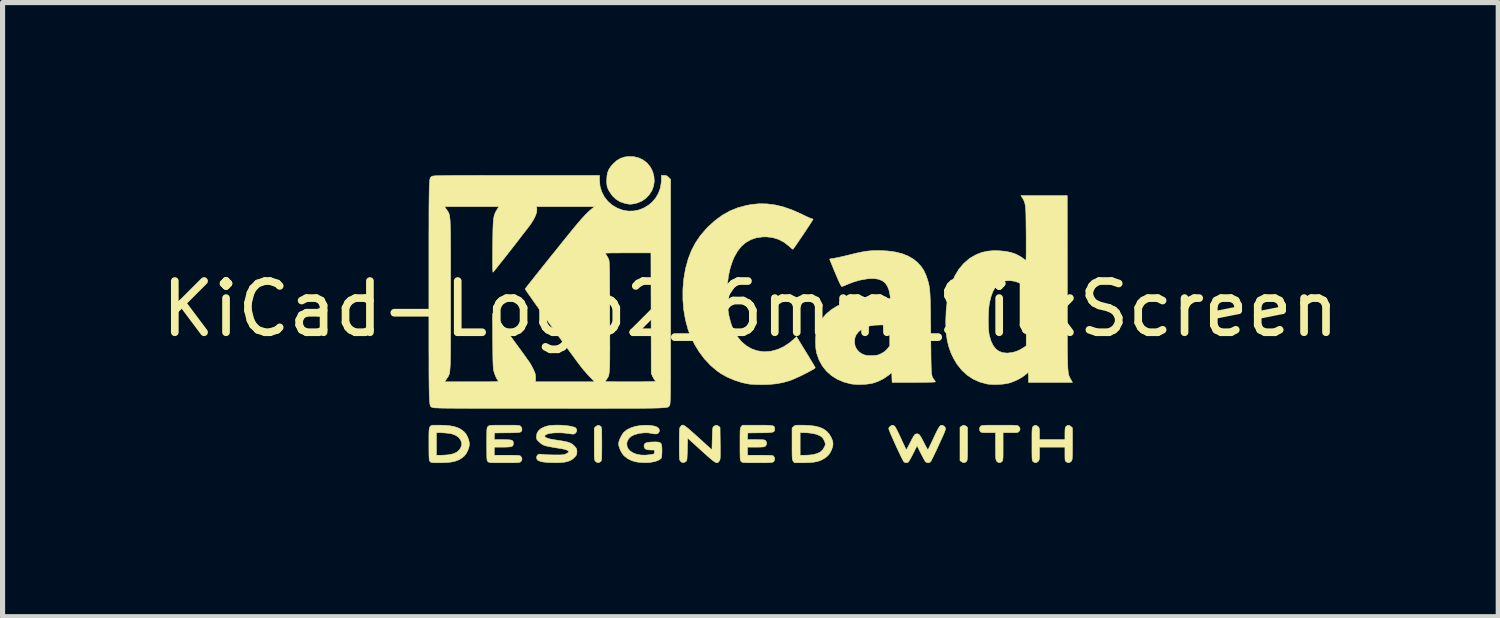
<source format=kicad_pcb>
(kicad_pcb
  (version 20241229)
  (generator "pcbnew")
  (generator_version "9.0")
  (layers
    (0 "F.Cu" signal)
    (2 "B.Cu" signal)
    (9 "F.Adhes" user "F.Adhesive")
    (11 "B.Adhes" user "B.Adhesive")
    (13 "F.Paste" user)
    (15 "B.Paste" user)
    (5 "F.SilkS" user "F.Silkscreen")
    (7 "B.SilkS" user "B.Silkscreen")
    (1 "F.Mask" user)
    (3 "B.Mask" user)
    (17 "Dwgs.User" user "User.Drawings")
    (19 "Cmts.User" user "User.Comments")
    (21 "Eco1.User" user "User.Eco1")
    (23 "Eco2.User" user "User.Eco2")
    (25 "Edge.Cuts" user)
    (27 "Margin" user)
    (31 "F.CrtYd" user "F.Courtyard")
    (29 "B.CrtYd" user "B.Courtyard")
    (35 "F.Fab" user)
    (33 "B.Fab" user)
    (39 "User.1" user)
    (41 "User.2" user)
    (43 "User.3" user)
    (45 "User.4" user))
  (footprint "KiCad-Logo2_6mm_SilkScreen"
    (layer "F.Cu")
    (at 11.601 2.982)
    (property "Reference" "KiCad-Logo2_6mm_SilkScreen" (at 0 0 0) (layer "F.SilkS") (effects (font (size 1 1) (thickness 0.15))))
    (attr exclude_from_pos_files exclude_from_bom)
    (fp_poly (pts (xy 4.189 2.276) (xy 4.212 2.291) (xy 4.239 2.312) (xy 4.239 2.634) (xy 4.239 2.728) (xy 4.239 2.802) (xy 4.238 2.859) (xy 4.236 2.901) (xy 4.234 2.931) (xy 4.231 2.951) (xy 4.227 2.965) (xy 4.221 2.974) (xy 4.217 2.979) (xy 4.186 3) (xy 4.15 2.999) (xy 4.119 2.981) (xy 4.092 2.96) (xy 4.092 2.312) (xy 4.119 2.291) (xy 4.145 2.275) (xy 4.166 2.269) (xy 4.189 2.276)) (stroke (width 0.01) (type solid)) (fill yes) (layer "F.SilkS"))
    (fp_poly (pts (xy -2.924 2.292) (xy -2.917 2.299) (xy -2.912 2.309) (xy -2.908 2.324) (xy -2.905 2.346) (xy -2.903 2.378) (xy -2.902 2.422) (xy -2.902 2.482) (xy -2.901 2.56) (xy -2.901 2.636) (xy -2.901 2.73) (xy -2.902 2.804) (xy -2.902 2.86) (xy -2.904 2.902) (xy -2.906 2.932) (xy -2.909 2.952) (xy -2.913 2.965) (xy -2.919 2.974) (xy -2.924 2.98) (xy -2.957 3) (xy -2.992 2.998) (xy -3.023 2.977) (xy -3.031 2.968) (xy -3.036 2.959) (xy -3.041 2.945) (xy -3.044 2.924) (xy -3.046 2.895) (xy -3.047 2.853) (xy -3.048 2.796) (xy -3.048 2.722) (xy -3.048 2.638) (xy -3.048 2.324) (xy -3.02 2.297) (xy -2.986 2.273) (xy -2.953 2.273) (xy -2.924 2.292)) (stroke (width 0.01) (type solid)) (fill yes) (layer "F.SilkS"))
    (fp_poly (pts (xy -2.273 -2.973) (xy -2.177 -2.949) (xy -2.09 -2.906) (xy -2.015 -2.847) (xy -1.954 -2.772) (xy -1.909 -2.683) (xy -1.883 -2.586) (xy -1.877 -2.489) (xy -1.892 -2.395) (xy -1.926 -2.307) (xy -1.977 -2.228) (xy -2.042 -2.16) (xy -2.121 -2.106) (xy -2.212 -2.068) (xy -2.263 -2.056) (xy -2.308 -2.048) (xy -2.342 -2.045) (xy -2.375 -2.047) (xy -2.415 -2.054) (xy -2.449 -2.061) (xy -2.542 -2.092) (xy -2.626 -2.143) (xy -2.698 -2.213) (xy -2.756 -2.298) (xy -2.77 -2.326) (xy -2.787 -2.362) (xy -2.797 -2.392) (xy -2.802 -2.425) (xy -2.805 -2.466) (xy -2.805 -2.512) (xy -2.801 -2.596) (xy -2.787 -2.665) (xy -2.762 -2.726) (xy -2.723 -2.784) (xy -2.684 -2.829) (xy -2.612 -2.895) (xy -2.537 -2.94) (xy -2.455 -2.967) (xy -2.377 -2.977) (xy -2.273 -2.973)) (stroke (width 0.01) (type solid)) (fill yes) (layer "F.SilkS"))
    (fp_poly (pts (xy 4.963 2.269) (xy 5.042 2.27) (xy 5.103 2.27) (xy 5.149 2.272) (xy 5.182 2.274) (xy 5.205 2.277) (xy 5.221 2.28) (xy 5.231 2.285) (xy 5.236 2.289) (xy 5.261 2.321) (xy 5.265 2.355) (xy 5.249 2.386) (xy 5.238 2.398) (xy 5.227 2.406) (xy 5.211 2.412) (xy 5.186 2.414) (xy 5.147 2.416) (xy 5.09 2.416) (xy 5.079 2.416) (xy 4.933 2.416) (xy 4.933 2.687) (xy 4.933 2.772) (xy 4.933 2.838) (xy 4.932 2.887) (xy 4.93 2.922) (xy 4.927 2.946) (xy 4.923 2.962) (xy 4.918 2.972) (xy 4.911 2.98) (xy 4.878 3) (xy 4.843 2.999) (xy 4.812 2.976) (xy 4.81 2.973) (xy 4.802 2.962) (xy 4.797 2.95) (xy 4.793 2.933) (xy 4.79 2.908) (xy 4.788 2.872) (xy 4.787 2.822) (xy 4.787 2.755) (xy 4.786 2.68) (xy 4.786 2.416) (xy 4.647 2.416) (xy 4.587 2.415) (xy 4.546 2.414) (xy 4.519 2.411) (xy 4.502 2.405) (xy 4.49 2.397) (xy 4.489 2.395) (xy 4.473 2.362) (xy 4.474 2.324) (xy 4.493 2.292) (xy 4.5 2.285) (xy 4.51 2.28) (xy 4.524 2.276) (xy 4.545 2.274) (xy 4.575 2.272) (xy 4.618 2.27) (xy 4.676 2.269) (xy 4.75 2.269) (xy 4.844 2.269) (xy 4.864 2.269) (xy 4.963 2.269)) (stroke (width 0.01) (type solid)) (fill yes) (layer "F.SilkS"))
    (fp_poly (pts (xy 6.229 2.275) (xy 6.26 2.297) (xy 6.288 2.324) (xy 6.288 2.634) (xy 6.288 2.726) (xy 6.287 2.798) (xy 6.287 2.853) (xy 6.285 2.893) (xy 6.283 2.922) (xy 6.28 2.942) (xy 6.275 2.956) (xy 6.269 2.967) (xy 6.265 2.973) (xy 6.234 2.998) (xy 6.198 3) (xy 6.166 2.985) (xy 6.156 2.976) (xy 6.148 2.965) (xy 6.144 2.946) (xy 6.142 2.915) (xy 6.141 2.869) (xy 6.141 2.833) (xy 6.141 2.698) (xy 5.644 2.698) (xy 5.644 2.821) (xy 5.644 2.877) (xy 5.642 2.915) (xy 5.638 2.941) (xy 5.63 2.96) (xy 5.621 2.973) (xy 5.59 2.998) (xy 5.555 3.001) (xy 5.522 2.983) (xy 5.513 2.974) (xy 5.506 2.962) (xy 5.502 2.943) (xy 5.499 2.914) (xy 5.498 2.87) (xy 5.497 2.808) (xy 5.497 2.794) (xy 5.497 2.678) (xy 5.497 2.582) (xy 5.497 2.504) (xy 5.497 2.443) (xy 5.498 2.396) (xy 5.5 2.361) (xy 5.502 2.335) (xy 5.505 2.318) (xy 5.51 2.306) (xy 5.515 2.298) (xy 5.52 2.292) (xy 5.552 2.272) (xy 5.585 2.275) (xy 5.617 2.297) (xy 5.629 2.311) (xy 5.638 2.327) (xy 5.642 2.35) (xy 5.644 2.384) (xy 5.644 2.436) (xy 5.644 2.551) (xy 6.141 2.551) (xy 6.141 2.433) (xy 6.142 2.378) (xy 6.144 2.341) (xy 6.148 2.317) (xy 6.155 2.301) (xy 6.164 2.292) (xy 6.196 2.272) (xy 6.229 2.275)) (stroke (width 0.01) (type solid)) (fill yes) (layer "F.SilkS"))
    (fp_poly (pts (xy 1.018 2.269) (xy 1.147 2.274) (xy 1.257 2.287) (xy 1.349 2.31) (xy 1.426 2.343) (xy 1.489 2.388) (xy 1.539 2.444) (xy 1.58 2.514) (xy 1.58 2.515) (xy 1.605 2.577) (xy 1.613 2.633) (xy 1.606 2.688) (xy 1.584 2.751) (xy 1.579 2.761) (xy 1.55 2.817) (xy 1.517 2.86) (xy 1.475 2.897) (xy 1.417 2.934) (xy 1.414 2.936) (xy 1.364 2.96) (xy 1.307 2.978) (xy 1.24 2.991) (xy 1.159 2.999) (xy 1.06 3.002) (xy 1.025 3.002) (xy 0.86 3.003) (xy 0.836 2.973) (xy 0.829 2.963) (xy 0.824 2.952) (xy 0.82 2.936) (xy 0.817 2.913) (xy 0.815 2.88) (xy 0.814 2.856) (xy 0.971 2.856) (xy 1.065 2.856) (xy 1.12 2.854) (xy 1.176 2.85) (xy 1.222 2.844) (xy 1.225 2.844) (xy 1.307 2.822) (xy 1.371 2.789) (xy 1.418 2.743) (xy 1.451 2.683) (xy 1.457 2.667) (xy 1.463 2.642) (xy 1.46 2.618) (xy 1.448 2.585) (xy 1.441 2.569) (xy 1.418 2.527) (xy 1.39 2.497) (xy 1.359 2.477) (xy 1.297 2.45) (xy 1.218 2.43) (xy 1.125 2.419) (xy 1.058 2.416) (xy 0.971 2.416) (xy 0.971 2.856) (xy 0.814 2.856) (xy 0.814 2.835) (xy 0.813 2.774) (xy 0.813 2.696) (xy 0.813 2.634) (xy 0.813 2.324) (xy 0.841 2.297) (xy 0.853 2.286) (xy 0.866 2.278) (xy 0.885 2.273) (xy 0.913 2.27) (xy 0.955 2.269) (xy 1.015 2.269) (xy 1.018 2.269)) (stroke (width 0.01) (type solid)) (fill yes) (layer "F.SilkS"))
    (fp_poly (pts (xy -6.121 2.269) (xy -6.082 2.269) (xy -5.966 2.272) (xy -5.869 2.281) (xy -5.788 2.295) (xy -5.719 2.317) (xy -5.658 2.347) (xy -5.604 2.387) (xy -5.584 2.404) (xy -5.552 2.443) (xy -5.523 2.497) (xy -5.5 2.557) (xy -5.488 2.615) (xy -5.486 2.636) (xy -5.494 2.695) (xy -5.516 2.759) (xy -5.547 2.82) (xy -5.584 2.868) (xy -5.59 2.874) (xy -5.641 2.915) (xy -5.696 2.947) (xy -5.76 2.971) (xy -5.834 2.988) (xy -5.924 2.998) (xy -6.031 3.002) (xy -6.08 3.003) (xy -6.142 3.003) (xy -6.186 3.001) (xy -6.215 2.999) (xy -6.234 2.994) (xy -6.247 2.987) (xy -6.254 2.98) (xy -6.261 2.973) (xy -6.266 2.963) (xy -6.27 2.948) (xy -6.273 2.926) (xy -6.274 2.894) (xy -6.276 2.85) (xy -6.276 2.79) (xy -6.277 2.712) (xy -6.277 2.636) (xy -6.277 2.535) (xy -6.277 2.454) (xy -6.276 2.416) (xy -6.13 2.416) (xy -6.13 2.856) (xy -6.037 2.856) (xy -5.981 2.854) (xy -5.922 2.85) (xy -5.873 2.844) (xy -5.872 2.844) (xy -5.792 2.825) (xy -5.731 2.795) (xy -5.684 2.753) (xy -5.655 2.707) (xy -5.636 2.656) (xy -5.638 2.608) (xy -5.659 2.557) (xy -5.7 2.504) (xy -5.758 2.465) (xy -5.833 2.438) (xy -5.883 2.429) (xy -5.939 2.423) (xy -6 2.418) (xy -6.051 2.416) (xy -6.054 2.416) (xy -6.13 2.416) (xy -6.276 2.416) (xy -6.275 2.392) (xy -6.271 2.345) (xy -6.263 2.312) (xy -6.25 2.29) (xy -6.23 2.277) (xy -6.203 2.27) (xy -6.167 2.269) (xy -6.121 2.269)) (stroke (width 0.01) (type solid)) (fill yes) (layer "F.SilkS"))
    (fp_poly (pts (xy -1.3 2.273) (xy -1.277 2.287) (xy -1.246 2.31) (xy -1.206 2.342) (xy -1.156 2.386) (xy -1.094 2.441) (xy -1.018 2.509) (xy -0.931 2.588) (xy -0.751 2.752) (xy -0.745 2.532) (xy -0.743 2.456) (xy -0.741 2.4) (xy -0.739 2.36) (xy -0.736 2.332) (xy -0.731 2.314) (xy -0.725 2.303) (xy -0.717 2.294) (xy -0.713 2.291) (xy -0.678 2.272) (xy -0.645 2.274) (xy -0.619 2.291) (xy -0.593 2.312) (xy -0.589 2.627) (xy -0.588 2.72) (xy -0.588 2.793) (xy -0.588 2.848) (xy -0.589 2.889) (xy -0.591 2.919) (xy -0.594 2.939) (xy -0.598 2.953) (xy -0.604 2.964) (xy -0.61 2.972) (xy -0.623 2.988) (xy -0.637 2.999) (xy -0.652 3.003) (xy -0.671 2.999) (xy -0.695 2.987) (xy -0.727 2.965) (xy -0.768 2.932) (xy -0.821 2.887) (xy -0.886 2.829) (xy -0.96 2.762) (xy -1.225 2.521) (xy -1.23 2.741) (xy -1.233 2.816) (xy -1.235 2.872) (xy -1.237 2.913) (xy -1.24 2.94) (xy -1.244 2.958) (xy -1.25 2.969) (xy -1.259 2.978) (xy -1.263 2.981) (xy -1.3 3) (xy -1.335 2.997) (xy -1.365 2.973) (xy -1.372 2.963) (xy -1.378 2.952) (xy -1.382 2.936) (xy -1.385 2.913) (xy -1.386 2.88) (xy -1.388 2.835) (xy -1.388 2.774) (xy -1.389 2.694) (xy -1.389 2.636) (xy -1.388 2.544) (xy -1.388 2.473) (xy -1.387 2.418) (xy -1.386 2.378) (xy -1.384 2.349) (xy -1.38 2.329) (xy -1.376 2.315) (xy -1.37 2.305) (xy -1.365 2.299) (xy -1.354 2.285) (xy -1.343 2.274) (xy -1.332 2.268) (xy -1.318 2.267) (xy -1.3 2.273)) (stroke (width 0.01) (type solid)) (fill yes) (layer "F.SilkS"))
    (fp_poly (pts (xy -1.95 2.275) (xy -1.882 2.286) (xy -1.829 2.304) (xy -1.795 2.327) (xy -1.785 2.341) (xy -1.776 2.372) (xy -1.782 2.4) (xy -1.802 2.427) (xy -1.834 2.44) (xy -1.879 2.439) (xy -1.914 2.432) (xy -1.992 2.419) (xy -2.072 2.418) (xy -2.162 2.428) (xy -2.186 2.433) (xy -2.269 2.456) (xy -2.334 2.491) (xy -2.38 2.537) (xy -2.407 2.592) (xy -2.413 2.621) (xy -2.409 2.68) (xy -2.386 2.732) (xy -2.345 2.776) (xy -2.288 2.811) (xy -2.219 2.837) (xy -2.138 2.852) (xy -2.048 2.854) (xy -1.951 2.845) (xy -1.945 2.844) (xy -1.907 2.836) (xy -1.885 2.83) (xy -1.876 2.819) (xy -1.874 2.802) (xy -1.874 2.793) (xy -1.874 2.754) (xy -1.942 2.754) (xy -2.003 2.75) (xy -2.044 2.737) (xy -2.068 2.714) (xy -2.077 2.679) (xy -2.077 2.674) (xy -2.072 2.645) (xy -2.054 2.623) (xy -2.022 2.609) (xy -1.972 2.601) (xy -1.923 2.598) (xy -1.852 2.596) (xy -1.801 2.599) (xy -1.766 2.609) (xy -1.744 2.628) (xy -1.733 2.66) (xy -1.728 2.708) (xy -1.727 2.77) (xy -1.729 2.84) (xy -1.733 2.887) (xy -1.74 2.912) (xy -1.741 2.914) (xy -1.78 2.946) (xy -1.837 2.97) (xy -1.909 2.988) (xy -1.991 2.999) (xy -2.081 3.001) (xy -2.175 2.994) (xy -2.23 2.986) (xy -2.316 2.962) (xy -2.396 2.922) (xy -2.463 2.87) (xy -2.473 2.86) (xy -2.506 2.816) (xy -2.536 2.762) (xy -2.559 2.706) (xy -2.572 2.654) (xy -2.574 2.635) (xy -2.567 2.593) (xy -2.55 2.542) (xy -2.524 2.488) (xy -2.495 2.439) (xy -2.469 2.406) (xy -2.408 2.357) (xy -2.329 2.319) (xy -2.235 2.29) (xy -2.129 2.274) (xy -2.032 2.27) (xy -1.95 2.275)) (stroke (width 0.01) (type solid)) (fill yes) (layer "F.SilkS"))
    (fp_poly (pts (xy 0.23 2.269) (xy 0.307 2.27) (xy 0.365 2.272) (xy 0.408 2.276) (xy 0.438 2.282) (xy 0.457 2.291) (xy 0.468 2.303) (xy 0.473 2.319) (xy 0.474 2.339) (xy 0.474 2.341) (xy 0.473 2.364) (xy 0.468 2.382) (xy 0.457 2.395) (xy 0.437 2.404) (xy 0.406 2.41) (xy 0.36 2.414) (xy 0.298 2.417) (xy 0.216 2.418) (xy 0.191 2.418) (xy -0.051 2.421) (xy -0.054 2.486) (xy -0.058 2.551) (xy 0.111 2.551) (xy 0.176 2.552) (xy 0.223 2.553) (xy 0.255 2.555) (xy 0.276 2.559) (xy 0.289 2.565) (xy 0.299 2.573) (xy 0.299 2.573) (xy 0.316 2.607) (xy 0.316 2.643) (xy 0.297 2.674) (xy 0.294 2.678) (xy 0.281 2.686) (xy 0.263 2.692) (xy 0.237 2.695) (xy 0.197 2.697) (xy 0.142 2.698) (xy 0.106 2.698) (xy -0.056 2.698) (xy -0.056 2.856) (xy 0.19 2.856) (xy 0.272 2.856) (xy 0.333 2.857) (xy 0.379 2.858) (xy 0.41 2.86) (xy 0.431 2.864) (xy 0.445 2.868) (xy 0.453 2.874) (xy 0.455 2.877) (xy 0.472 2.908) (xy 0.473 2.944) (xy 0.46 2.975) (xy 0.449 2.985) (xy 0.438 2.991) (xy 0.421 2.995) (xy 0.396 2.998) (xy 0.359 3) (xy 0.308 3.002) (xy 0.24 3.003) (xy 0.153 3.003) (xy 0.133 3.003) (xy 0.045 3.003) (xy -0.024 3.002) (xy -0.075 3.002) (xy -0.113 3) (xy -0.139 2.998) (xy -0.156 2.994) (xy -0.167 2.989) (xy -0.176 2.983) (xy -0.18 2.978) (xy -0.187 2.97) (xy -0.192 2.96) (xy -0.196 2.945) (xy -0.199 2.923) (xy -0.201 2.89) (xy -0.202 2.845) (xy -0.203 2.785) (xy -0.203 2.707) (xy -0.203 2.641) (xy -0.203 2.549) (xy -0.203 2.476) (xy -0.202 2.421) (xy -0.201 2.38) (xy -0.198 2.35) (xy -0.195 2.33) (xy -0.191 2.316) (xy -0.185 2.305) (xy -0.18 2.299) (xy -0.156 2.269) (xy 0.134 2.269) (xy 0.23 2.269)) (stroke (width 0.01) (type solid)) (fill yes) (layer "F.SilkS"))
    (fp_poly (pts (xy -4.713 2.269) (xy -4.643 2.27) (xy -4.591 2.27) (xy -4.553 2.272) (xy -4.526 2.274) (xy -4.508 2.278) (xy -4.496 2.283) (xy -4.487 2.289) (xy -4.484 2.292) (xy -4.464 2.323) (xy -4.46 2.359) (xy -4.473 2.391) (xy -4.48 2.397) (xy -4.489 2.403) (xy -4.505 2.408) (xy -4.529 2.412) (xy -4.566 2.414) (xy -4.617 2.416) (xy -4.685 2.418) (xy -4.748 2.418) (xy -4.995 2.421) (xy -4.999 2.486) (xy -5.002 2.551) (xy -4.834 2.551) (xy -4.761 2.552) (xy -4.708 2.555) (xy -4.671 2.56) (xy -4.647 2.57) (xy -4.634 2.586) (xy -4.629 2.607) (xy -4.628 2.628) (xy -4.631 2.653) (xy -4.64 2.671) (xy -4.659 2.684) (xy -4.691 2.692) (xy -4.738 2.696) (xy -4.804 2.698) (xy -4.84 2.698) (xy -5.001 2.698) (xy -5.001 2.856) (xy -4.753 2.856) (xy -4.671 2.856) (xy -4.609 2.857) (xy -4.564 2.858) (xy -4.532 2.86) (xy -4.511 2.863) (xy -4.496 2.868) (xy -4.487 2.874) (xy -4.482 2.879) (xy -4.465 2.906) (xy -4.459 2.929) (xy -4.467 2.959) (xy -4.482 2.98) (xy -4.49 2.987) (xy -4.5 2.992) (xy -4.515 2.996) (xy -4.538 2.999) (xy -4.571 3.001) (xy -4.618 3.002) (xy -4.68 3.003) (xy -4.761 3.003) (xy -4.803 3.003) (xy -4.894 3.003) (xy -4.964 3.002) (xy -5.017 3.002) (xy -5.056 3) (xy -5.083 2.998) (xy -5.101 2.994) (xy -5.113 2.99) (xy -5.122 2.983) (xy -5.125 2.98) (xy -5.132 2.973) (xy -5.137 2.963) (xy -5.141 2.948) (xy -5.144 2.926) (xy -5.146 2.894) (xy -5.147 2.849) (xy -5.147 2.789) (xy -5.148 2.711) (xy -5.148 2.638) (xy -5.148 2.545) (xy -5.147 2.471) (xy -5.147 2.415) (xy -5.146 2.374) (xy -5.144 2.345) (xy -5.141 2.325) (xy -5.136 2.312) (xy -5.131 2.303) (xy -5.123 2.295) (xy -5.122 2.294) (xy -5.113 2.286) (xy -5.103 2.28) (xy -5.089 2.276) (xy -5.067 2.273) (xy -5.036 2.271) (xy -4.993 2.27) (xy -4.934 2.269) (xy -4.857 2.269) (xy -4.802 2.269) (xy -4.713 2.269)) (stroke (width 0.01) (type solid)) (fill yes) (layer "F.SilkS"))
    (fp_poly (pts (xy 3.745 2.271) (xy 3.764 2.278) (xy 3.765 2.278) (xy 3.792 2.299) (xy 3.806 2.32) (xy 3.809 2.329) (xy 3.809 2.342) (xy 3.805 2.361) (xy 3.796 2.387) (xy 3.782 2.424) (xy 3.761 2.473) (xy 3.732 2.536) (xy 3.695 2.617) (xy 3.675 2.661) (xy 3.639 2.74) (xy 3.604 2.812) (xy 3.574 2.876) (xy 3.548 2.928) (xy 3.528 2.965) (xy 3.516 2.986) (xy 3.513 2.989) (xy 3.482 3.001) (xy 3.447 3) (xy 3.419 2.984) (xy 3.418 2.983) (xy 3.407 2.966) (xy 3.388 2.933) (xy 3.364 2.888) (xy 3.337 2.836) (xy 3.327 2.817) (xy 3.254 2.67) (xy 3.174 2.829) (xy 3.146 2.884) (xy 3.119 2.932) (xy 3.097 2.969) (xy 3.081 2.991) (xy 3.076 2.996) (xy 3.034 3.002) (xy 3 2.989) (xy 2.99 2.974) (xy 2.972 2.943) (xy 2.949 2.897) (xy 2.921 2.839) (xy 2.89 2.774) (xy 2.857 2.704) (xy 2.824 2.631) (xy 2.792 2.56) (xy 2.763 2.494) (xy 2.737 2.435) (xy 2.718 2.386) (xy 2.705 2.352) (xy 2.7 2.334) (xy 2.7 2.334) (xy 2.711 2.311) (xy 2.733 2.289) (xy 2.735 2.288) (xy 2.762 2.272) (xy 2.787 2.273) (xy 2.796 2.275) (xy 2.808 2.282) (xy 2.82 2.294) (xy 2.834 2.315) (xy 2.852 2.347) (xy 2.875 2.393) (xy 2.905 2.455) (xy 2.932 2.512) (xy 2.962 2.578) (xy 2.99 2.638) (xy 3.013 2.688) (xy 3.03 2.725) (xy 3.039 2.746) (xy 3.041 2.749) (xy 3.047 2.743) (xy 3.061 2.721) (xy 3.081 2.685) (xy 3.106 2.638) (xy 3.115 2.619) (xy 3.148 2.554) (xy 3.174 2.507) (xy 3.194 2.474) (xy 3.21 2.454) (xy 3.226 2.443) (xy 3.242 2.439) (xy 3.252 2.438) (xy 3.271 2.44) (xy 3.287 2.447) (xy 3.303 2.462) (xy 3.321 2.487) (xy 3.344 2.526) (xy 3.373 2.581) (xy 3.389 2.613) (xy 3.415 2.663) (xy 3.437 2.705) (xy 3.454 2.734) (xy 3.464 2.748) (xy 3.466 2.749) (xy 3.472 2.738) (xy 3.487 2.709) (xy 3.508 2.666) (xy 3.534 2.612) (xy 3.564 2.548) (xy 3.578 2.517) (xy 3.616 2.436) (xy 3.647 2.374) (xy 3.672 2.328) (xy 3.692 2.297) (xy 3.71 2.278) (xy 3.727 2.271) (xy 3.745 2.271)) (stroke (width 0.01) (type solid)) (fill yes) (layer "F.SilkS"))
    (fp_poly (pts (xy -3.692 2.27) (xy -3.617 2.276) (xy -3.547 2.284) (xy -3.487 2.295) (xy -3.44 2.308) (xy -3.41 2.323) (xy -3.406 2.327) (xy -3.39 2.362) (xy -3.395 2.397) (xy -3.419 2.428) (xy -3.421 2.429) (xy -3.435 2.438) (xy -3.45 2.443) (xy -3.471 2.443) (xy -3.503 2.44) (xy -3.552 2.432) (xy -3.556 2.432) (xy -3.629 2.423) (xy -3.707 2.418) (xy -3.786 2.418) (xy -3.859 2.422) (xy -3.922 2.43) (xy -3.968 2.443) (xy -3.971 2.444) (xy -4.005 2.463) (xy -4.017 2.482) (xy -4.008 2.5) (xy -3.978 2.518) (xy -3.929 2.535) (xy -3.861 2.549) (xy -3.816 2.556) (xy -3.721 2.57) (xy -3.647 2.582) (xy -3.588 2.594) (xy -3.542 2.608) (xy -3.506 2.623) (xy -3.476 2.641) (xy -3.449 2.664) (xy -3.428 2.686) (xy -3.403 2.717) (xy -3.391 2.743) (xy -3.387 2.776) (xy -3.387 2.788) (xy -3.39 2.828) (xy -3.401 2.857) (xy -3.421 2.883) (xy -3.462 2.924) (xy -3.508 2.954) (xy -3.562 2.976) (xy -3.627 2.991) (xy -3.707 2.999) (xy -3.805 3.001) (xy -3.821 3.001) (xy -3.887 3) (xy -3.952 2.997) (xy -4.009 2.992) (xy -4.052 2.987) (xy -4.055 2.987) (xy -4.098 2.976) (xy -4.134 2.964) (xy -4.154 2.952) (xy -4.173 2.922) (xy -4.174 2.886) (xy -4.158 2.854) (xy -4.154 2.851) (xy -4.139 2.84) (xy -4.12 2.835) (xy -4.091 2.836) (xy -4.056 2.84) (xy -4.016 2.844) (xy -3.96 2.847) (xy -3.895 2.849) (xy -3.828 2.85) (xy -3.81 2.85) (xy -3.742 2.85) (xy -3.692 2.849) (xy -3.657 2.846) (xy -3.63 2.841) (xy -3.609 2.834) (xy -3.596 2.828) (xy -3.568 2.811) (xy -3.55 2.796) (xy -3.547 2.792) (xy -3.553 2.774) (xy -3.579 2.757) (xy -3.624 2.741) (xy -3.687 2.728) (xy -3.705 2.725) (xy -3.801 2.71) (xy -3.878 2.697) (xy -3.938 2.686) (xy -3.984 2.676) (xy -4.021 2.665) (xy -4.049 2.653) (xy -4.073 2.639) (xy -4.096 2.622) (xy -4.119 2.601) (xy -4.127 2.594) (xy -4.155 2.567) (xy -4.17 2.545) (xy -4.176 2.52) (xy -4.177 2.489) (xy -4.167 2.428) (xy -4.136 2.376) (xy -4.085 2.333) (xy -4.013 2.3) (xy -3.962 2.285) (xy -3.907 2.275) (xy -3.841 2.27) (xy -3.768 2.268) (xy -3.692 2.27)) (stroke (width 0.01) (type solid)) (fill yes) (layer "F.SilkS"))
    (fp_poly (pts (xy 0.328 -2.051) (xy 0.489 -2.03) (xy 0.653 -1.99) (xy 0.822 -1.93) (xy 1 -1.851) (xy 1.011 -1.845) (xy 1.069 -1.817) (xy 1.121 -1.793) (xy 1.162 -1.775) (xy 1.19 -1.764) (xy 1.2 -1.761) (xy 1.219 -1.756) (xy 1.224 -1.752) (xy 1.218 -1.741) (xy 1.202 -1.715) (xy 1.177 -1.676) (xy 1.145 -1.626) (xy 1.107 -1.569) (xy 1.066 -1.507) (xy 1.023 -1.442) (xy 0.98 -1.379) (xy 0.939 -1.319) (xy 0.902 -1.265) (xy 0.871 -1.22) (xy 0.847 -1.186) (xy 0.832 -1.167) (xy 0.83 -1.165) (xy 0.82 -1.17) (xy 0.798 -1.187) (xy 0.767 -1.214) (xy 0.752 -1.228) (xy 0.655 -1.303) (xy 0.548 -1.359) (xy 0.433 -1.394) (xy 0.31 -1.408) (xy 0.241 -1.407) (xy 0.119 -1.39) (xy 0.01 -1.354) (xy -0.087 -1.299) (xy -0.174 -1.225) (xy -0.249 -1.131) (xy -0.314 -1.018) (xy -0.351 -0.931) (xy -0.395 -0.796) (xy -0.428 -0.648) (xy -0.448 -0.493) (xy -0.458 -0.333) (xy -0.456 -0.173) (xy -0.443 -0.016) (xy -0.419 0.133) (xy -0.384 0.271) (xy -0.338 0.395) (xy -0.322 0.429) (xy -0.253 0.543) (xy -0.173 0.64) (xy -0.081 0.718) (xy 0.02 0.777) (xy 0.13 0.816) (xy 0.247 0.834) (xy 0.289 0.835) (xy 0.41 0.824) (xy 0.531 0.791) (xy 0.649 0.737) (xy 0.762 0.663) (xy 0.854 0.585) (xy 0.9 0.54) (xy 1.081 0.837) (xy 1.127 0.911) (xy 1.168 0.98) (xy 1.204 1.039) (xy 1.233 1.088) (xy 1.254 1.124) (xy 1.265 1.144) (xy 1.266 1.147) (xy 1.258 1.157) (xy 1.233 1.174) (xy 1.193 1.197) (xy 1.142 1.225) (xy 1.084 1.255) (xy 1.021 1.287) (xy 0.958 1.318) (xy 0.896 1.346) (xy 0.839 1.371) (xy 0.791 1.391) (xy 0.768 1.399) (xy 0.634 1.437) (xy 0.496 1.462) (xy 0.349 1.475) (xy 0.222 1.477) (xy 0.154 1.476) (xy 0.088 1.474) (xy 0.031 1.471) (xy -0.013 1.468) (xy -0.027 1.466) (xy -0.166 1.438) (xy -0.307 1.392) (xy -0.445 1.334) (xy -0.572 1.264) (xy -0.649 1.211) (xy -0.777 1.103) (xy -0.895 0.977) (xy -1.002 0.835) (xy -1.095 0.681) (xy -1.173 0.518) (xy -1.217 0.401) (xy -1.267 0.217) (xy -1.301 0.023) (xy -1.318 -0.179) (xy -1.318 -0.382) (xy -1.301 -0.584) (xy -1.268 -0.781) (xy -1.217 -0.967) (xy -1.214 -0.978) (xy -1.151 -1.14) (xy -1.074 -1.288) (xy -0.981 -1.426) (xy -0.868 -1.558) (xy -0.825 -1.604) (xy -0.688 -1.728) (xy -0.549 -1.83) (xy -0.403 -1.912) (xy -0.249 -1.975) (xy -0.084 -2.02) (xy 0.011 -2.038) (xy 0.17 -2.054) (xy 0.328 -2.051)) (stroke (width 0.01) (type solid)) (fill yes) (layer "F.SilkS"))
    (fp_poly (pts (xy 6.187 -0.528) (xy 6.187 -0.293) (xy 6.187 -0.08) (xy 6.187 0.112) (xy 6.187 0.285) (xy 6.187 0.441) (xy 6.188 0.579) (xy 6.188 0.701) (xy 6.189 0.808) (xy 6.19 0.901) (xy 6.192 0.982) (xy 6.194 1.051) (xy 6.196 1.11) (xy 6.198 1.159) (xy 6.202 1.2) (xy 6.205 1.234) (xy 6.21 1.262) (xy 6.214 1.285) (xy 6.22 1.304) (xy 6.226 1.321) (xy 6.233 1.335) (xy 6.24 1.349) (xy 6.249 1.364) (xy 6.254 1.373) (xy 6.288 1.434) (xy 5.43 1.434) (xy 5.43 1.338) (xy 5.429 1.294) (xy 5.427 1.261) (xy 5.424 1.243) (xy 5.423 1.242) (xy 5.412 1.249) (xy 5.389 1.267) (xy 5.366 1.286) (xy 5.312 1.327) (xy 5.242 1.368) (xy 5.165 1.405) (xy 5.088 1.435) (xy 5.057 1.445) (xy 4.989 1.46) (xy 4.906 1.47) (xy 4.816 1.475) (xy 4.728 1.474) (xy 4.649 1.469) (xy 4.612 1.463) (xy 4.473 1.425) (xy 4.346 1.367) (xy 4.23 1.29) (xy 4.127 1.195) (xy 4.036 1.081) (xy 3.969 0.97) (xy 3.914 0.854) (xy 3.872 0.734) (xy 3.842 0.608) (xy 3.823 0.472) (xy 3.815 0.32) (xy 3.814 0.243) (xy 3.816 0.186) (xy 4.645 0.186) (xy 4.645 0.279) (xy 4.648 0.367) (xy 4.654 0.444) (xy 4.662 0.505) (xy 4.665 0.517) (xy 4.697 0.625) (xy 4.738 0.712) (xy 4.79 0.779) (xy 4.853 0.826) (xy 4.926 0.853) (xy 5.011 0.862) (xy 5.107 0.851) (xy 5.17 0.835) (xy 5.219 0.817) (xy 5.274 0.791) (xy 5.314 0.767) (xy 5.385 0.721) (xy 5.385 -0.429) (xy 5.317 -0.473) (xy 5.239 -0.514) (xy 5.155 -0.541) (xy 5.07 -0.553) (xy 4.988 -0.549) (xy 4.915 -0.53) (xy 4.883 -0.515) (xy 4.826 -0.472) (xy 4.777 -0.415) (xy 4.735 -0.342) (xy 4.701 -0.252) (xy 4.672 -0.141) (xy 4.671 -0.135) (xy 4.66 -0.073) (xy 4.653 0.005) (xy 4.648 0.093) (xy 4.645 0.186) (xy 3.816 0.186) (xy 3.822 0.03) (xy 3.844 -0.166) (xy 3.88 -0.345) (xy 3.93 -0.506) (xy 3.994 -0.65) (xy 4.071 -0.777) (xy 4.163 -0.886) (xy 4.268 -0.977) (xy 4.314 -1.008) (xy 4.415 -1.064) (xy 4.518 -1.104) (xy 4.628 -1.128) (xy 4.749 -1.138) (xy 4.842 -1.137) (xy 4.971 -1.126) (xy 5.084 -1.104) (xy 5.183 -1.07) (xy 5.271 -1.024) (xy 5.32 -0.99) (xy 5.349 -0.968) (xy 5.371 -0.953) (xy 5.379 -0.948) (xy 5.381 -0.959) (xy 5.382 -0.99) (xy 5.383 -1.037) (xy 5.384 -1.1) (xy 5.384 -1.173) (xy 5.384 -1.256) (xy 5.384 -1.344) (xy 5.384 -1.436) (xy 5.383 -1.528) (xy 5.382 -1.618) (xy 5.381 -1.704) (xy 5.38 -1.781) (xy 5.379 -1.848) (xy 5.377 -1.902) (xy 5.375 -1.94) (xy 5.375 -1.947) (xy 5.367 -2.018) (xy 5.356 -2.073) (xy 5.338 -2.12) (xy 5.312 -2.166) (xy 5.305 -2.176) (xy 5.281 -2.213) (xy 6.186 -2.213) (xy 6.187 -0.528)) (stroke (width 0.01) (type solid)) (fill yes) (layer "F.SilkS"))
    (fp_poly (pts (xy 2.674 -1.133) (xy 2.825 -1.113) (xy 2.961 -1.08) (xy 3.08 -1.032) (xy 3.185 -0.971) (xy 3.262 -0.907) (xy 3.331 -0.833) (xy 3.385 -0.753) (xy 3.428 -0.661) (xy 3.443 -0.618) (xy 3.456 -0.579) (xy 3.467 -0.543) (xy 3.477 -0.508) (xy 3.485 -0.472) (xy 3.492 -0.433) (xy 3.498 -0.39) (xy 3.503 -0.34) (xy 3.507 -0.283) (xy 3.51 -0.215) (xy 3.513 -0.136) (xy 3.515 -0.043) (xy 3.517 0.066) (xy 3.518 0.192) (xy 3.52 0.337) (xy 3.521 0.48) (xy 3.522 0.636) (xy 3.524 0.771) (xy 3.525 0.887) (xy 3.526 0.986) (xy 3.528 1.068) (xy 3.53 1.136) (xy 3.532 1.192) (xy 3.535 1.236) (xy 3.539 1.271) (xy 3.544 1.299) (xy 3.55 1.321) (xy 3.557 1.338) (xy 3.565 1.352) (xy 3.574 1.366) (xy 3.585 1.38) (xy 3.59 1.385) (xy 3.605 1.408) (xy 3.612 1.423) (xy 3.612 1.424) (xy 3.602 1.426) (xy 3.571 1.428) (xy 3.522 1.43) (xy 3.458 1.431) (xy 3.382 1.433) (xy 3.295 1.433) (xy 3.2 1.434) (xy 3.19 1.434) (xy 2.767 1.434) (xy 2.763 1.338) (xy 2.76 1.242) (xy 2.698 1.293) (xy 2.601 1.36) (xy 2.491 1.415) (xy 2.404 1.445) (xy 2.335 1.46) (xy 2.252 1.47) (xy 2.162 1.475) (xy 2.074 1.474) (xy 1.995 1.468) (xy 1.959 1.463) (xy 1.819 1.425) (xy 1.692 1.37) (xy 1.58 1.299) (xy 1.484 1.213) (xy 1.404 1.112) (xy 1.341 0.997) (xy 1.296 0.871) (xy 1.284 0.814) (xy 1.276 0.752) (xy 1.273 0.677) (xy 1.272 0.643) (xy 1.272 0.64) (xy 2.032 0.64) (xy 2.042 0.715) (xy 2.07 0.779) (xy 2.118 0.835) (xy 2.123 0.839) (xy 2.172 0.874) (xy 2.223 0.897) (xy 2.284 0.909) (xy 2.359 0.911) (xy 2.377 0.911) (xy 2.431 0.908) (xy 2.471 0.903) (xy 2.506 0.893) (xy 2.545 0.876) (xy 2.556 0.871) (xy 2.616 0.835) (xy 2.663 0.792) (xy 2.676 0.777) (xy 2.721 0.72) (xy 2.721 0.525) (xy 2.72 0.446) (xy 2.718 0.388) (xy 2.715 0.349) (xy 2.711 0.327) (xy 2.707 0.32) (xy 2.691 0.317) (xy 2.657 0.314) (xy 2.61 0.313) (xy 2.555 0.312) (xy 2.546 0.312) (xy 2.425 0.317) (xy 2.323 0.333) (xy 2.236 0.361) (xy 2.164 0.401) (xy 2.109 0.448) (xy 2.064 0.506) (xy 2.039 0.569) (xy 2.032 0.64) (xy 1.272 0.64) (xy 1.274 0.55) (xy 1.283 0.471) (xy 1.299 0.4) (xy 1.324 0.329) (xy 1.348 0.276) (xy 1.407 0.181) (xy 1.485 0.093) (xy 1.58 0.014) (xy 1.69 -0.055) (xy 1.813 -0.111) (xy 1.945 -0.154) (xy 2.009 -0.169) (xy 2.146 -0.191) (xy 2.294 -0.206) (xy 2.446 -0.212) (xy 2.572 -0.211) (xy 2.734 -0.204) (xy 2.727 -0.263) (xy 2.707 -0.362) (xy 2.676 -0.443) (xy 2.632 -0.506) (xy 2.575 -0.551) (xy 2.503 -0.58) (xy 2.416 -0.594) (xy 2.313 -0.591) (xy 2.275 -0.587) (xy 2.134 -0.562) (xy 1.997 -0.521) (xy 1.902 -0.483) (xy 1.857 -0.464) (xy 1.819 -0.448) (xy 1.792 -0.439) (xy 1.785 -0.437) (xy 1.775 -0.446) (xy 1.758 -0.475) (xy 1.734 -0.524) (xy 1.703 -0.594) (xy 1.665 -0.684) (xy 1.658 -0.7) (xy 1.628 -0.772) (xy 1.601 -0.838) (xy 1.578 -0.893) (xy 1.561 -0.936) (xy 1.55 -0.963) (xy 1.547 -0.972) (xy 1.557 -0.977) (xy 1.583 -0.982) (xy 1.611 -0.986) (xy 1.642 -0.991) (xy 1.689 -1) (xy 1.751 -1.013) (xy 1.821 -1.029) (xy 1.896 -1.047) (xy 1.925 -1.054) (xy 2.03 -1.08) (xy 2.117 -1.1) (xy 2.192 -1.115) (xy 2.258 -1.126) (xy 2.319 -1.133) (xy 2.381 -1.138) (xy 2.446 -1.14) (xy 2.504 -1.14) (xy 2.674 -1.133)) (stroke (width 0.01) (type solid)) (fill yes) (layer "F.SilkS"))
    (fp_poly (pts (xy -2.946 -2.511) (xy -2.936 -2.397) (xy -2.904 -2.289) (xy -2.853 -2.19) (xy -2.784 -2.102) (xy -2.699 -2.027) (xy -2.602 -1.97) (xy -2.496 -1.93) (xy -2.389 -1.911) (xy -2.283 -1.913) (xy -2.181 -1.932) (xy -2.085 -1.969) (xy -1.996 -2.021) (xy -1.917 -2.087) (xy -1.849 -2.167) (xy -1.796 -2.258) (xy -1.759 -2.359) (xy -1.74 -2.47) (xy -1.738 -2.52) (xy -1.738 -2.608) (xy -1.687 -2.608) (xy -1.65 -2.605) (xy -1.623 -2.593) (xy -1.596 -2.569) (xy -1.558 -2.531) (xy -1.558 -0.339) (xy -1.558 -0.077) (xy -1.558 0.163) (xy -1.558 0.383) (xy -1.558 0.583) (xy -1.558 0.764) (xy -1.558 0.928) (xy -1.559 1.074) (xy -1.559 1.205) (xy -1.559 1.32) (xy -1.56 1.421) (xy -1.561 1.509) (xy -1.561 1.585) (xy -1.562 1.65) (xy -1.563 1.704) (xy -1.564 1.749) (xy -1.565 1.786) (xy -1.567 1.815) (xy -1.568 1.837) (xy -1.57 1.854) (xy -1.572 1.866) (xy -1.574 1.874) (xy -1.576 1.88) (xy -1.577 1.882) (xy -1.581 1.889) (xy -1.585 1.895) (xy -1.589 1.901) (xy -1.594 1.906) (xy -1.601 1.911) (xy -1.611 1.916) (xy -1.625 1.92) (xy -1.645 1.923) (xy -1.669 1.926) (xy -1.701 1.929) (xy -1.741 1.931) (xy -1.789 1.934) (xy -1.846 1.935) (xy -1.914 1.937) (xy -1.994 1.938) (xy -2.085 1.939) (xy -2.19 1.94) (xy -2.309 1.94) (xy -2.443 1.941) (xy -2.593 1.941) (xy -2.76 1.941) (xy -2.945 1.942) (xy -3.149 1.942) (xy -3.372 1.942) (xy -3.616 1.941) (xy -3.881 1.941) (xy -3.92 1.941) (xy -4.187 1.941) (xy -4.432 1.941) (xy -4.657 1.941) (xy -4.861 1.941) (xy -5.047 1.941) (xy -5.215 1.941) (xy -5.366 1.94) (xy -5.501 1.94) (xy -5.62 1.939) (xy -5.725 1.939) (xy -5.817 1.938) (xy -5.896 1.938) (xy -5.964 1.937) (xy -6.021 1.936) (xy -6.069 1.935) (xy -6.107 1.933) (xy -6.138 1.932) (xy -6.162 1.931) (xy -6.18 1.929) (xy -6.192 1.927) (xy -6.201 1.925) (xy -6.205 1.923) (xy -6.214 1.92) (xy -6.221 1.917) (xy -6.229 1.915) (xy -6.235 1.911) (xy -6.241 1.906) (xy -6.246 1.897) (xy -6.251 1.885) (xy -6.255 1.869) (xy -6.259 1.846) (xy -6.262 1.818) (xy -6.265 1.781) (xy -6.268 1.737) (xy -6.27 1.683) (xy -6.271 1.618) (xy -6.273 1.543) (xy -6.274 1.455) (xy -6.275 1.354) (xy -6.276 1.239) (xy -6.276 1.11) (xy -6.276 0.964) (xy -6.277 0.802) (xy -6.277 0.621) (xy -6.277 0.422) (xy -6.277 0.204) (xy -6.277 -0.035) (xy -6.277 -0.296) (xy -6.277 -0.338) (xy -6.277 -0.601) (xy -6.277 -0.842) (xy -6.277 -1.063) (xy -6.277 -1.264) (xy -6.277 -1.446) (xy -6.276 -1.61) (xy -6.276 -1.757) (xy -6.276 -1.888) (xy -6.275 -1.998) (xy -5.972 -1.998) (xy -5.932 -1.94) (xy -5.921 -1.925) (xy -5.911 -1.911) (xy -5.902 -1.897) (xy -5.894 -1.883) (xy -5.887 -1.868) (xy -5.881 -1.849) (xy -5.875 -1.826) (xy -5.871 -1.798) (xy -5.867 -1.764) (xy -5.863 -1.722) (xy -5.861 -1.67) (xy -5.858 -1.609) (xy -5.857 -1.537) (xy -5.855 -1.452) (xy -5.855 -1.354) (xy -5.854 -1.24) (xy -5.853 -1.111) (xy -5.853 -0.965) (xy -5.853 -0.8) (xy -5.853 -0.616) (xy -5.853 -0.41) (xy -5.853 -0.288) (xy -5.853 -0.071) (xy -5.853 0.125) (xy -5.853 0.3) (xy -5.853 0.456) (xy -5.854 0.595) (xy -5.854 0.717) (xy -5.855 0.823) (xy -5.856 0.915) (xy -5.857 0.994) (xy -5.859 1.062) (xy -5.862 1.118) (xy -5.865 1.165) (xy -5.868 1.204) (xy -5.872 1.235) (xy -5.877 1.261) (xy -5.883 1.282) (xy -5.89 1.299) (xy -5.897 1.314) (xy -5.906 1.327) (xy -5.915 1.341) (xy -5.925 1.356) (xy -5.932 1.365) (xy -5.97 1.422) (xy -5.439 1.422) (xy -5.315 1.422) (xy -5.213 1.422) (xy -5.129 1.422) (xy -5.063 1.421) (xy -5.012 1.42) (xy -4.974 1.419) (xy -4.948 1.417) (xy -4.932 1.415) (xy -4.923 1.412) (xy -4.921 1.408) (xy -4.923 1.404) (xy -4.925 1.403) (xy -4.95 1.366) (xy -4.976 1.313) (xy -4.999 1.251) (xy -5.007 1.224) (xy -5.012 1.206) (xy -5.016 1.185) (xy -5.019 1.159) (xy -5.022 1.126) (xy -5.024 1.083) (xy -5.026 1.028) (xy -5.028 0.96) (xy -5.029 0.877) (xy -5.03 0.775) (xy -5.031 0.654) (xy -5.032 0.61) (xy -5.033 0.484) (xy -5.033 0.38) (xy -5.034 0.295) (xy -5.034 0.227) (xy -5.034 0.174) (xy -5.033 0.135) (xy -5.031 0.107) (xy -5.029 0.09) (xy -5.027 0.081) (xy -5.023 0.078) (xy -5.019 0.08) (xy -5.015 0.085) (xy -5.004 0.098) (xy -4.982 0.127) (xy -4.95 0.17) (xy -4.909 0.225) (xy -4.861 0.289) (xy -4.808 0.362) (xy -4.751 0.44) (xy -4.691 0.521) (xy -4.631 0.603) (xy -4.572 0.685) (xy -4.514 0.763) (xy -4.461 0.836) (xy -4.413 0.902) (xy -4.373 0.959) (xy -4.341 1.004) (xy -4.318 1.035) (xy -4.314 1.041) (xy -4.291 1.078) (xy -4.264 1.126) (xy -4.239 1.176) (xy -4.236 1.183) (xy -4.214 1.231) (xy -4.201 1.268) (xy -4.196 1.304) (xy -4.194 1.346) (xy -4.195 1.422) (xy -3.041 1.422) (xy -3.132 1.329) (xy -3.179 1.279) (xy -3.229 1.222) (xy -3.275 1.168) (xy -3.295 1.143) (xy -3.326 1.103) (xy -3.366 1.05) (xy -3.414 0.985) (xy -3.47 0.909) (xy -3.532 0.825) (xy -3.599 0.733) (xy -3.669 0.636) (xy -3.743 0.535) (xy -3.817 0.432) (xy -3.892 0.328) (xy -3.966 0.225) (xy -4.038 0.125) (xy -4.106 0.029) (xy -4.17 -0.061) (xy -4.229 -0.144) (xy -4.28 -0.218) (xy -4.324 -0.28) (xy -4.359 -0.33) (xy -4.383 -0.367) (xy -4.396 -0.387) (xy -4.398 -0.391) (xy -4.39 -0.403) (xy -4.369 -0.43) (xy -4.337 -0.471) (xy -4.294 -0.525) (xy -4.243 -0.589) (xy -4.185 -0.663) (xy -4.12 -0.744) (xy -4.051 -0.831) (xy -3.979 -0.921) (xy -3.904 -1.014) (xy -3.845 -1.088) (xy -2.834 -1.088) (xy -2.828 -1.075) (xy -2.813 -1.053) (xy -2.812 -1.052) (xy -2.793 -1.021) (xy -2.774 -0.985) (xy -2.77 -0.976) (xy -2.766 -0.968) (xy -2.763 -0.958) (xy -2.76 -0.945) (xy -2.758 -0.927) (xy -2.756 -0.904) (xy -2.754 -0.873) (xy -2.753 -0.833) (xy -2.751 -0.784) (xy -2.75 -0.723) (xy -2.749 -0.649) (xy -2.749 -0.561) (xy -2.748 -0.457) (xy -2.747 -0.337) (xy -2.747 -0.198) (xy -2.746 -0.039) (xy -2.746 0.14) (xy -2.745 0.325) (xy -2.745 0.489) (xy -2.745 0.633) (xy -2.744 0.759) (xy -2.745 0.868) (xy -2.745 0.961) (xy -2.747 1.04) (xy -2.748 1.106) (xy -2.75 1.161) (xy -2.753 1.206) (xy -2.757 1.242) (xy -2.761 1.271) (xy -2.766 1.295) (xy -2.772 1.313) (xy -2.779 1.329) (xy -2.787 1.344) (xy -2.797 1.358) (xy -2.805 1.37) (xy -2.822 1.396) (xy -2.832 1.414) (xy -2.834 1.417) (xy -2.823 1.418) (xy -2.791 1.419) (xy -2.742 1.42) (xy -2.677 1.421) (xy -2.599 1.422) (xy -2.51 1.422) (xy -2.411 1.422) (xy -2.342 1.422) (xy -2.237 1.422) (xy -2.141 1.422) (xy -2.054 1.421) (xy -1.98 1.419) (xy -1.921 1.418) (xy -1.879 1.416) (xy -1.855 1.414) (xy -1.851 1.412) (xy -1.859 1.398) (xy -1.867 1.39) (xy -1.88 1.372) (xy -1.897 1.342) (xy -1.909 1.318) (xy -1.936 1.259) (xy -1.939 0.082) (xy -1.942 -1.095) (xy -2.388 -1.095) (xy -2.486 -1.095) (xy -2.576 -1.094) (xy -2.657 -1.094) (xy -2.725 -1.093) (xy -2.779 -1.092) (xy -2.815 -1.09) (xy -2.833 -1.089) (xy -2.834 -1.088) (xy -3.845 -1.088) (xy -3.829 -1.107) (xy -3.755 -1.199) (xy -3.683 -1.289) (xy -3.615 -1.374) (xy -3.551 -1.452) (xy -3.494 -1.523) (xy -3.444 -1.584) (xy -3.403 -1.633) (xy -3.386 -1.654) (xy -3.3 -1.754) (xy -3.223 -1.838) (xy -3.154 -1.906) (xy -3.091 -1.96) (xy -3.082 -1.967) (xy -3.042 -1.998) (xy -4.174 -1.998) (xy -4.169 -1.95) (xy -4.172 -1.893) (xy -4.194 -1.825) (xy -4.234 -1.745) (xy -4.279 -1.673) (xy -4.295 -1.65) (xy -4.323 -1.612) (xy -4.361 -1.562) (xy -4.408 -1.501) (xy -4.462 -1.432) (xy -4.52 -1.356) (xy -4.582 -1.276) (xy -4.646 -1.194) (xy -4.71 -1.112) (xy -4.773 -1.032) (xy -4.832 -0.957) (xy -4.887 -0.888) (xy -4.935 -0.828) (xy -4.974 -0.778) (xy -5.004 -0.742) (xy -5.022 -0.72) (xy -5.025 -0.717) (xy -5.028 -0.725) (xy -5.03 -0.755) (xy -5.032 -0.807) (xy -5.033 -0.881) (xy -5.033 -0.977) (xy -5.033 -1.094) (xy -5.032 -1.214) (xy -5.03 -1.346) (xy -5.029 -1.457) (xy -5.027 -1.551) (xy -5.024 -1.629) (xy -5.021 -1.692) (xy -5.016 -1.745) (xy -5.009 -1.788) (xy -5.002 -1.823) (xy -4.992 -1.854) (xy -4.98 -1.882) (xy -4.965 -1.91) (xy -4.95 -1.935) (xy -4.912 -1.998) (xy -5.972 -1.998) (xy -6.275 -1.998) (xy -6.275 -2.004) (xy -6.274 -2.106) (xy -6.273 -2.195) (xy -6.272 -2.272) (xy -6.27 -2.337) (xy -6.269 -2.393) (xy -6.266 -2.438) (xy -6.264 -2.475) (xy -6.261 -2.505) (xy -6.258 -2.528) (xy -6.254 -2.546) (xy -6.25 -2.559) (xy -6.245 -2.568) (xy -6.24 -2.574) (xy -6.234 -2.579) (xy -6.228 -2.582) (xy -6.222 -2.586) (xy -6.216 -2.589) (xy -6.21 -2.592) (xy -6.202 -2.594) (xy -6.19 -2.596) (xy -6.173 -2.598) (xy -6.149 -2.6) (xy -6.118 -2.601) (xy -6.079 -2.602) (xy -6.03 -2.603) (xy -5.971 -2.604) (xy -5.899 -2.605) (xy -5.815 -2.606) (xy -5.718 -2.606) (xy -5.605 -2.607) (xy -5.476 -2.607) (xy -5.33 -2.607) (xy -5.166 -2.608) (xy -4.982 -2.608) (xy -4.778 -2.608) (xy -4.567 -2.608) (xy -2.946 -2.608) (xy -2.946 -2.511)) (stroke (width 0.01) (type solid)) (fill yes) (layer "F.SilkS")))
  (gr_rect
    (start -3 -3)
    (end 26.202 8.99)
    (stroke (width 0.1) (type default))
    (fill no)
    (layer "Edge.Cuts")))
</source>
